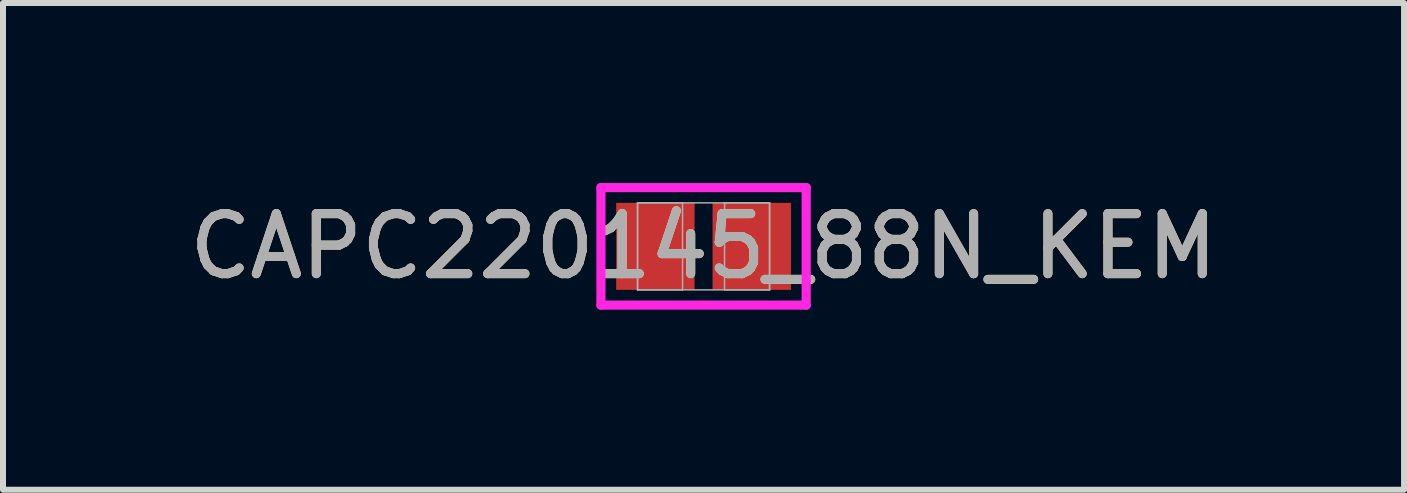
<source format=kicad_pcb>
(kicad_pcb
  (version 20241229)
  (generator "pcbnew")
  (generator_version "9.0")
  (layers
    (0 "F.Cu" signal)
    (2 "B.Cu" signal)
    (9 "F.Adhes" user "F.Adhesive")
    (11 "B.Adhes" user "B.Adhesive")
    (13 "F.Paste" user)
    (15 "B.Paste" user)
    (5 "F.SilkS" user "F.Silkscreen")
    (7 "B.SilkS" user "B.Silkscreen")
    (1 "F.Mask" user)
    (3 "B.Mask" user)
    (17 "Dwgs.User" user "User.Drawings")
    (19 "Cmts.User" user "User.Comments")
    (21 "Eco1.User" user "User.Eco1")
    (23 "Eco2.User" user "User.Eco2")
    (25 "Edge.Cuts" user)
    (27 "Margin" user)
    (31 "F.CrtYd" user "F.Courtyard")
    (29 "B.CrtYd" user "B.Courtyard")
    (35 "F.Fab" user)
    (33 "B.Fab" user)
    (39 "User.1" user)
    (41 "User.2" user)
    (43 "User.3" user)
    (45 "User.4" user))
  (footprint "CAPC220145_88N_KEM"
    (layer "F.Cu")
    (at 8.673 1.055)
    (property "Reference" "CAPC220145_88N_KEM" (at 0 0 0) (unlocked yes) (layer "F.SilkS") (effects (font (size 1 1) (thickness 0.15))))
    (attr smd)
    (fp_line (start -1.71 -0.979) (end 1.71 -0.979) (stroke (width 0.152) (type solid)) (layer "F.CrtYd"))
    (fp_line (start -1.71 0.979) (end -1.71 -0.979) (stroke (width 0.152) (type solid)) (layer "F.CrtYd"))
    (fp_line (start 1.71 -0.979) (end 1.71 0.979) (stroke (width 0.152) (type solid)) (layer "F.CrtYd"))
    (fp_line (start 1.71 0.979) (end -1.71 0.979) (stroke (width 0.152) (type solid)) (layer "F.CrtYd"))
    (fp_line (start -1.1 -0.725) (end -1.1 0.725) (stroke (width 0.025) (type solid)) (layer "F.Fab"))
    (fp_line (start -1.1 -0.725) (end -1.1 0.725) (stroke (width 0.025) (type solid)) (layer "F.Fab"))
    (fp_line (start -1.1 0.725) (end -0.35 0.725) (stroke (width 0.025) (type solid)) (layer "F.Fab"))
    (fp_line (start -1.1 0.725) (end 1.1 0.725) (stroke (width 0.025) (type solid)) (layer "F.Fab"))
    (fp_line (start -0.35 -0.725) (end -1.1 -0.725) (stroke (width 0.025) (type solid)) (layer "F.Fab"))
    (fp_line (start -0.35 0.725) (end -0.35 -0.725) (stroke (width 0.025) (type solid)) (layer "F.Fab"))
    (fp_line (start 0.35 -0.725) (end 0.35 0.725) (stroke (width 0.025) (type solid)) (layer "F.Fab"))
    (fp_line (start 0.35 0.725) (end 1.1 0.725) (stroke (width 0.025) (type solid)) (layer "F.Fab"))
    (fp_line (start 1.1 -0.725) (end -1.1 -0.725) (stroke (width 0.025) (type solid)) (layer "F.Fab"))
    (fp_line (start 1.1 -0.725) (end 0.35 -0.725) (stroke (width 0.025) (type solid)) (layer "F.Fab"))
    (fp_line (start 1.1 0.725) (end 1.1 -0.725) (stroke (width 0.025) (type solid)) (layer "F.Fab"))
    (fp_line (start 1.1 0.725) (end 1.1 -0.725) (stroke (width 0.025) (type solid)) (layer "F.Fab"))
    (fp_text user "${REFERENCE}" (at 0 0 0) (unlocked yes) (layer "F.Fab") (effects (font (size 1 1) (thickness 0.15))))
    (pad "1" smd rect (at -0.803 0) (size 1.306 1.45) (layers "F.Cu" "F.Mask" "F.Paste"))
    (pad "2" smd rect (at 0.803 0) (size 1.306 1.45) (layers "F.Cu" "F.Mask" "F.Paste"))
    (zone (net_name "") (layer "F.Cu") (hatch full 0.508) (connect_pads) (min_thickness 0.254) (filled_areas_thickness no) (keepout (tracks not_allowed) (vias not_allowed) (pads allowed) (copperpour not_allowed) (footprints allowed)) (placement (enabled no)) (fill) (polygon (pts (xy 8.573 0.381) (xy 8.772 0.381) (xy 8.772 1.729) (xy 8.573 1.729)))))
  (gr_rect
    (start -3 -3)
    (end 20.345 5.11)
    (stroke (width 0.1) (type default))
    (fill no)
    (layer "Edge.Cuts")))
</source>
